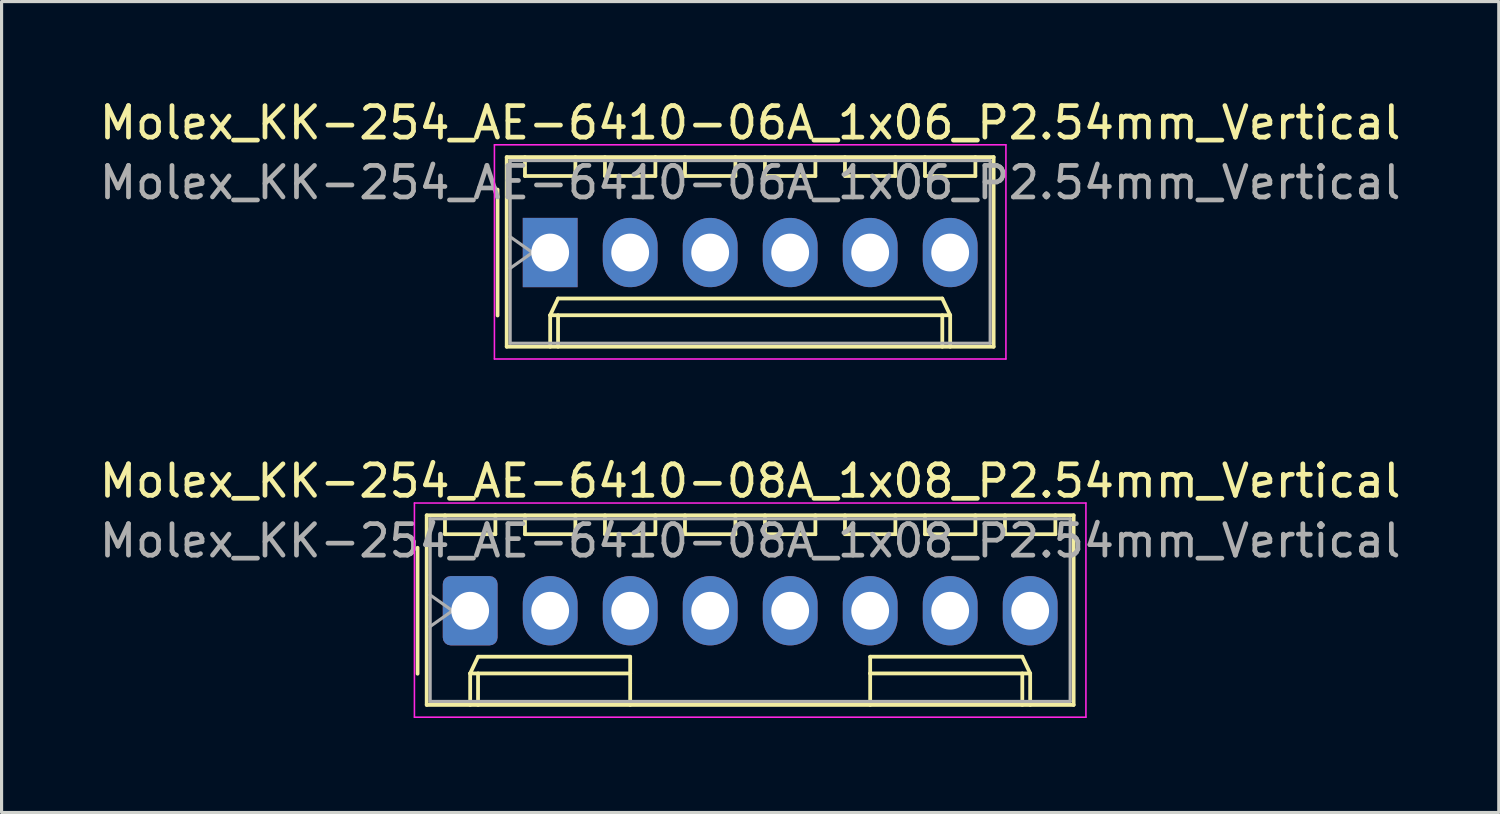
<source format=kicad_pcb>
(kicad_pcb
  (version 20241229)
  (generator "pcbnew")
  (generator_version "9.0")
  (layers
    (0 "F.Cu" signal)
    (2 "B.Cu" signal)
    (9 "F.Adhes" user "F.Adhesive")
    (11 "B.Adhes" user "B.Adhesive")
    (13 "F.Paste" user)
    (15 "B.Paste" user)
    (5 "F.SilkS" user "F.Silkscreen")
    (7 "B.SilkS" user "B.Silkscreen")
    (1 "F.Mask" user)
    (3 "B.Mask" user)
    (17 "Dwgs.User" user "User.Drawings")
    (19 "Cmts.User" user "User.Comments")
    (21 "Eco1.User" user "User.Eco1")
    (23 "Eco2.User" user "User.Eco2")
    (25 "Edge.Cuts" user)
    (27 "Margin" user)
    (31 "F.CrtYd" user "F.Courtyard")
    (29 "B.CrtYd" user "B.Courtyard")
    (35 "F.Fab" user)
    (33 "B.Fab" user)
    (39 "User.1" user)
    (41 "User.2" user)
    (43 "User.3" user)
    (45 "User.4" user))
  (footprint "Molex_KK-254_AE-6410-06A_1x06_P2.54mm_Vertical"
    (layer "F.Cu")
    (at 14.418 4.968)
    (property "Reference" "Molex_KK-254_AE-6410-06A_1x06_P2.54mm_Vertical" (at 6.35 -4.12 0) (layer "F.SilkS") (effects (font (size 1 1) (thickness 0.15))))
    (attr through_hole)
    (fp_line (start -1.67 -2) (end -1.67 2) (stroke (width 0.12) (type solid)) (layer "F.SilkS"))
    (fp_line (start -1.38 -3.03) (end -1.38 2.99) (stroke (width 0.12) (type solid)) (layer "F.SilkS"))
    (fp_line (start -1.38 2.99) (end 14.08 2.99) (stroke (width 0.12) (type solid)) (layer "F.SilkS"))
    (fp_line (start -0.8 -3.03) (end -0.8 -2.43) (stroke (width 0.12) (type solid)) (layer "F.SilkS"))
    (fp_line (start -0.8 -2.43) (end 0.8 -2.43) (stroke (width 0.12) (type solid)) (layer "F.SilkS"))
    (fp_line (start 0 1.99) (end 0.25 1.46) (stroke (width 0.12) (type solid)) (layer "F.SilkS"))
    (fp_line (start 0 1.99) (end 12.7 1.99) (stroke (width 0.12) (type solid)) (layer "F.SilkS"))
    (fp_line (start 0 2.99) (end 0 1.99) (stroke (width 0.12) (type solid)) (layer "F.SilkS"))
    (fp_line (start 0.25 1.46) (end 12.45 1.46) (stroke (width 0.12) (type solid)) (layer "F.SilkS"))
    (fp_line (start 0.25 2.99) (end 0.25 1.99) (stroke (width 0.12) (type solid)) (layer "F.SilkS"))
    (fp_line (start 0.8 -2.43) (end 0.8 -3.03) (stroke (width 0.12) (type solid)) (layer "F.SilkS"))
    (fp_line (start 1.74 -3.03) (end 1.74 -2.43) (stroke (width 0.12) (type solid)) (layer "F.SilkS"))
    (fp_line (start 1.74 -2.43) (end 3.34 -2.43) (stroke (width 0.12) (type solid)) (layer "F.SilkS"))
    (fp_line (start 3.34 -2.43) (end 3.34 -3.03) (stroke (width 0.12) (type solid)) (layer "F.SilkS"))
    (fp_line (start 4.28 -3.03) (end 4.28 -2.43) (stroke (width 0.12) (type solid)) (layer "F.SilkS"))
    (fp_line (start 4.28 -2.43) (end 5.88 -2.43) (stroke (width 0.12) (type solid)) (layer "F.SilkS"))
    (fp_line (start 5.88 -2.43) (end 5.88 -3.03) (stroke (width 0.12) (type solid)) (layer "F.SilkS"))
    (fp_line (start 6.82 -3.03) (end 6.82 -2.43) (stroke (width 0.12) (type solid)) (layer "F.SilkS"))
    (fp_line (start 6.82 -2.43) (end 8.42 -2.43) (stroke (width 0.12) (type solid)) (layer "F.SilkS"))
    (fp_line (start 8.42 -2.43) (end 8.42 -3.03) (stroke (width 0.12) (type solid)) (layer "F.SilkS"))
    (fp_line (start 9.36 -3.03) (end 9.36 -2.43) (stroke (width 0.12) (type solid)) (layer "F.SilkS"))
    (fp_line (start 9.36 -2.43) (end 10.96 -2.43) (stroke (width 0.12) (type solid)) (layer "F.SilkS"))
    (fp_line (start 10.96 -2.43) (end 10.96 -3.03) (stroke (width 0.12) (type solid)) (layer "F.SilkS"))
    (fp_line (start 11.9 -3.03) (end 11.9 -2.43) (stroke (width 0.12) (type solid)) (layer "F.SilkS"))
    (fp_line (start 11.9 -2.43) (end 13.5 -2.43) (stroke (width 0.12) (type solid)) (layer "F.SilkS"))
    (fp_line (start 12.45 1.46) (end 12.7 1.99) (stroke (width 0.12) (type solid)) (layer "F.SilkS"))
    (fp_line (start 12.45 2.99) (end 12.45 1.99) (stroke (width 0.12) (type solid)) (layer "F.SilkS"))
    (fp_line (start 12.7 1.99) (end 12.7 2.99) (stroke (width 0.12) (type solid)) (layer "F.SilkS"))
    (fp_line (start 13.5 -2.43) (end 13.5 -3.03) (stroke (width 0.12) (type solid)) (layer "F.SilkS"))
    (fp_line (start 14.08 -3.03) (end -1.38 -3.03) (stroke (width 0.12) (type solid)) (layer "F.SilkS"))
    (fp_line (start 14.08 2.99) (end 14.08 -3.03) (stroke (width 0.12) (type solid)) (layer "F.SilkS"))
    (fp_line (start -1.77 -3.42) (end -1.77 3.38) (stroke (width 0.05) (type solid)) (layer "F.CrtYd"))
    (fp_line (start -1.77 3.38) (end 14.47 3.38) (stroke (width 0.05) (type solid)) (layer "F.CrtYd"))
    (fp_line (start 14.47 -3.42) (end -1.77 -3.42) (stroke (width 0.05) (type solid)) (layer "F.CrtYd"))
    (fp_line (start 14.47 3.38) (end 14.47 -3.42) (stroke (width 0.05) (type solid)) (layer "F.CrtYd"))
    (fp_line (start -1.27 -2.92) (end -1.27 2.88) (stroke (width 0.1) (type solid)) (layer "F.Fab"))
    (fp_line (start -1.27 -0.5) (end -0.563 0) (stroke (width 0.1) (type solid)) (layer "F.Fab"))
    (fp_line (start -1.27 2.88) (end 13.97 2.88) (stroke (width 0.1) (type solid)) (layer "F.Fab"))
    (fp_line (start -0.563 0) (end -1.27 0.5) (stroke (width 0.1) (type solid)) (layer "F.Fab"))
    (fp_line (start 13.97 -2.92) (end -1.27 -2.92) (stroke (width 0.1) (type solid)) (layer "F.Fab"))
    (fp_line (start 13.97 2.88) (end 13.97 -2.92) (stroke (width 0.1) (type solid)) (layer "F.Fab"))
    (fp_text user "${REFERENCE}" (at 6.35 -2.22 0) (layer "F.Fab") (effects (font (size 1 1) (thickness 0.15))))
    (pad "1" thru_hole rect (at 0 0) (size 1.74 2.2) (drill 1.2) (layers "*.Cu" "*.Mask"))
    (pad "2" thru_hole oval (at 2.54 0) (size 1.74 2.2) (drill 1.2) (layers "*.Cu" "*.Mask"))
    (pad "3" thru_hole oval (at 5.08 0) (size 1.74 2.2) (drill 1.2) (layers "*.Cu" "*.Mask"))
    (pad "4" thru_hole oval (at 7.62 0) (size 1.74 2.2) (drill 1.2) (layers "*.Cu" "*.Mask"))
    (pad "5" thru_hole oval (at 10.16 0) (size 1.74 2.2) (drill 1.2) (layers "*.Cu" "*.Mask"))
    (pad "6" thru_hole oval (at 12.7 0) (size 1.74 2.2) (drill 1.2) (layers "*.Cu" "*.Mask")))
  (footprint "Molex_KK-254_AE-6410-08A_1x08_P2.54mm_Vertical"
    (layer "F.Cu")
    (at 11.878 16.341)
    (property "Reference" "Molex_KK-254_AE-6410-08A_1x08_P2.54mm_Vertical" (at 8.89 -4.12 0) (layer "F.SilkS") (effects (font (size 1 1) (thickness 0.15))))
    (attr through_hole)
    (fp_line (start -1.67 -2) (end -1.67 2) (stroke (width 0.12) (type solid)) (layer "F.SilkS"))
    (fp_line (start -1.38 -3.03) (end -1.38 2.99) (stroke (width 0.12) (type solid)) (layer "F.SilkS"))
    (fp_line (start -1.38 2.99) (end 19.16 2.99) (stroke (width 0.12) (type solid)) (layer "F.SilkS"))
    (fp_line (start -0.8 -3.03) (end -0.8 -2.43) (stroke (width 0.12) (type solid)) (layer "F.SilkS"))
    (fp_line (start -0.8 -2.43) (end 0.8 -2.43) (stroke (width 0.12) (type solid)) (layer "F.SilkS"))
    (fp_line (start 0 1.99) (end 0.25 1.46) (stroke (width 0.12) (type solid)) (layer "F.SilkS"))
    (fp_line (start 0 1.99) (end 5.08 1.99) (stroke (width 0.12) (type solid)) (layer "F.SilkS"))
    (fp_line (start 0 2.99) (end 0 1.99) (stroke (width 0.12) (type solid)) (layer "F.SilkS"))
    (fp_line (start 0.25 1.46) (end 5.08 1.46) (stroke (width 0.12) (type solid)) (layer "F.SilkS"))
    (fp_line (start 0.25 2.99) (end 0.25 1.99) (stroke (width 0.12) (type solid)) (layer "F.SilkS"))
    (fp_line (start 0.8 -2.43) (end 0.8 -3.03) (stroke (width 0.12) (type solid)) (layer "F.SilkS"))
    (fp_line (start 1.74 -3.03) (end 1.74 -2.43) (stroke (width 0.12) (type solid)) (layer "F.SilkS"))
    (fp_line (start 1.74 -2.43) (end 3.34 -2.43) (stroke (width 0.12) (type solid)) (layer "F.SilkS"))
    (fp_line (start 3.34 -2.43) (end 3.34 -3.03) (stroke (width 0.12) (type solid)) (layer "F.SilkS"))
    (fp_line (start 4.28 -3.03) (end 4.28 -2.43) (stroke (width 0.12) (type solid)) (layer "F.SilkS"))
    (fp_line (start 4.28 -2.43) (end 5.88 -2.43) (stroke (width 0.12) (type solid)) (layer "F.SilkS"))
    (fp_line (start 5.08 1.46) (end 5.08 1.99) (stroke (width 0.12) (type solid)) (layer "F.SilkS"))
    (fp_line (start 5.08 1.99) (end 5.08 2.99) (stroke (width 0.12) (type solid)) (layer "F.SilkS"))
    (fp_line (start 5.88 -2.43) (end 5.88 -3.03) (stroke (width 0.12) (type solid)) (layer "F.SilkS"))
    (fp_line (start 6.82 -3.03) (end 6.82 -2.43) (stroke (width 0.12) (type solid)) (layer "F.SilkS"))
    (fp_line (start 6.82 -2.43) (end 8.42 -2.43) (stroke (width 0.12) (type solid)) (layer "F.SilkS"))
    (fp_line (start 8.42 -2.43) (end 8.42 -3.03) (stroke (width 0.12) (type solid)) (layer "F.SilkS"))
    (fp_line (start 9.36 -3.03) (end 9.36 -2.43) (stroke (width 0.12) (type solid)) (layer "F.SilkS"))
    (fp_line (start 9.36 -2.43) (end 10.96 -2.43) (stroke (width 0.12) (type solid)) (layer "F.SilkS"))
    (fp_line (start 10.96 -2.43) (end 10.96 -3.03) (stroke (width 0.12) (type solid)) (layer "F.SilkS"))
    (fp_line (start 11.9 -3.03) (end 11.9 -2.43) (stroke (width 0.12) (type solid)) (layer "F.SilkS"))
    (fp_line (start 11.9 -2.43) (end 13.5 -2.43) (stroke (width 0.12) (type solid)) (layer "F.SilkS"))
    (fp_line (start 12.7 1.46) (end 12.7 1.99) (stroke (width 0.12) (type solid)) (layer "F.SilkS"))
    (fp_line (start 12.7 1.99) (end 12.7 2.99) (stroke (width 0.12) (type solid)) (layer "F.SilkS"))
    (fp_line (start 13.5 -2.43) (end 13.5 -3.03) (stroke (width 0.12) (type solid)) (layer "F.SilkS"))
    (fp_line (start 14.44 -3.03) (end 14.44 -2.43) (stroke (width 0.12) (type solid)) (layer "F.SilkS"))
    (fp_line (start 14.44 -2.43) (end 16.04 -2.43) (stroke (width 0.12) (type solid)) (layer "F.SilkS"))
    (fp_line (start 16.04 -2.43) (end 16.04 -3.03) (stroke (width 0.12) (type solid)) (layer "F.SilkS"))
    (fp_line (start 16.98 -3.03) (end 16.98 -2.43) (stroke (width 0.12) (type solid)) (layer "F.SilkS"))
    (fp_line (start 16.98 -2.43) (end 18.58 -2.43) (stroke (width 0.12) (type solid)) (layer "F.SilkS"))
    (fp_line (start 17.53 1.46) (end 12.7 1.46) (stroke (width 0.12) (type solid)) (layer "F.SilkS"))
    (fp_line (start 17.53 2.99) (end 17.53 1.99) (stroke (width 0.12) (type solid)) (layer "F.SilkS"))
    (fp_line (start 17.78 1.99) (end 12.7 1.99) (stroke (width 0.12) (type solid)) (layer "F.SilkS"))
    (fp_line (start 17.78 1.99) (end 17.53 1.46) (stroke (width 0.12) (type solid)) (layer "F.SilkS"))
    (fp_line (start 17.78 2.99) (end 17.78 1.99) (stroke (width 0.12) (type solid)) (layer "F.SilkS"))
    (fp_line (start 18.58 -2.43) (end 18.58 -3.03) (stroke (width 0.12) (type solid)) (layer "F.SilkS"))
    (fp_line (start 19.16 -3.03) (end -1.38 -3.03) (stroke (width 0.12) (type solid)) (layer "F.SilkS"))
    (fp_line (start 19.16 2.99) (end 19.16 -3.03) (stroke (width 0.12) (type solid)) (layer "F.SilkS"))
    (fp_line (start -1.77 -3.42) (end -1.77 3.38) (stroke (width 0.05) (type solid)) (layer "F.CrtYd"))
    (fp_line (start -1.77 3.38) (end 19.55 3.38) (stroke (width 0.05) (type solid)) (layer "F.CrtYd"))
    (fp_line (start 19.55 -3.42) (end -1.77 -3.42) (stroke (width 0.05) (type solid)) (layer "F.CrtYd"))
    (fp_line (start 19.55 3.38) (end 19.55 -3.42) (stroke (width 0.05) (type solid)) (layer "F.CrtYd"))
    (fp_line (start -1.27 -2.92) (end -1.27 2.88) (stroke (width 0.1) (type solid)) (layer "F.Fab"))
    (fp_line (start -1.27 -0.5) (end -0.563 0) (stroke (width 0.1) (type solid)) (layer "F.Fab"))
    (fp_line (start -1.27 2.88) (end 19.05 2.88) (stroke (width 0.1) (type solid)) (layer "F.Fab"))
    (fp_line (start -0.563 0) (end -1.27 0.5) (stroke (width 0.1) (type solid)) (layer "F.Fab"))
    (fp_line (start 19.05 -2.92) (end -1.27 -2.92) (stroke (width 0.1) (type solid)) (layer "F.Fab"))
    (fp_line (start 19.05 2.88) (end 19.05 -2.92) (stroke (width 0.1) (type solid)) (layer "F.Fab"))
    (fp_text user "${REFERENCE}" (at 8.89 -2.22 0) (layer "F.Fab") (effects (font (size 1 1) (thickness 0.15))))
    (pad "1" thru_hole roundrect (at 0 0) (size 1.74 2.2) (drill 1.2) (layers "*.Cu" "*.Mask") (roundrect_rratio 0.144))
    (pad "2" thru_hole oval (at 2.54 0) (size 1.74 2.2) (drill 1.2) (layers "*.Cu" "*.Mask"))
    (pad "3" thru_hole oval (at 5.08 0) (size 1.74 2.2) (drill 1.2) (layers "*.Cu" "*.Mask"))
    (pad "4" thru_hole oval (at 7.62 0) (size 1.74 2.2) (drill 1.2) (layers "*.Cu" "*.Mask"))
    (pad "5" thru_hole oval (at 10.16 0) (size 1.74 2.2) (drill 1.2) (layers "*.Cu" "*.Mask"))
    (pad "6" thru_hole oval (at 12.7 0) (size 1.74 2.2) (drill 1.2) (layers "*.Cu" "*.Mask"))
    (pad "7" thru_hole oval (at 15.24 0) (size 1.74 2.2) (drill 1.2) (layers "*.Cu" "*.Mask"))
    (pad "8" thru_hole oval (at 17.78 0) (size 1.74 2.2) (drill 1.2) (layers "*.Cu" "*.Mask")))
  (gr_rect
    (start -3 -3)
    (end 44.536 22.747)
    (stroke (width 0.1) (type default))
    (fill no)
    (layer "Edge.Cuts")))
</source>
